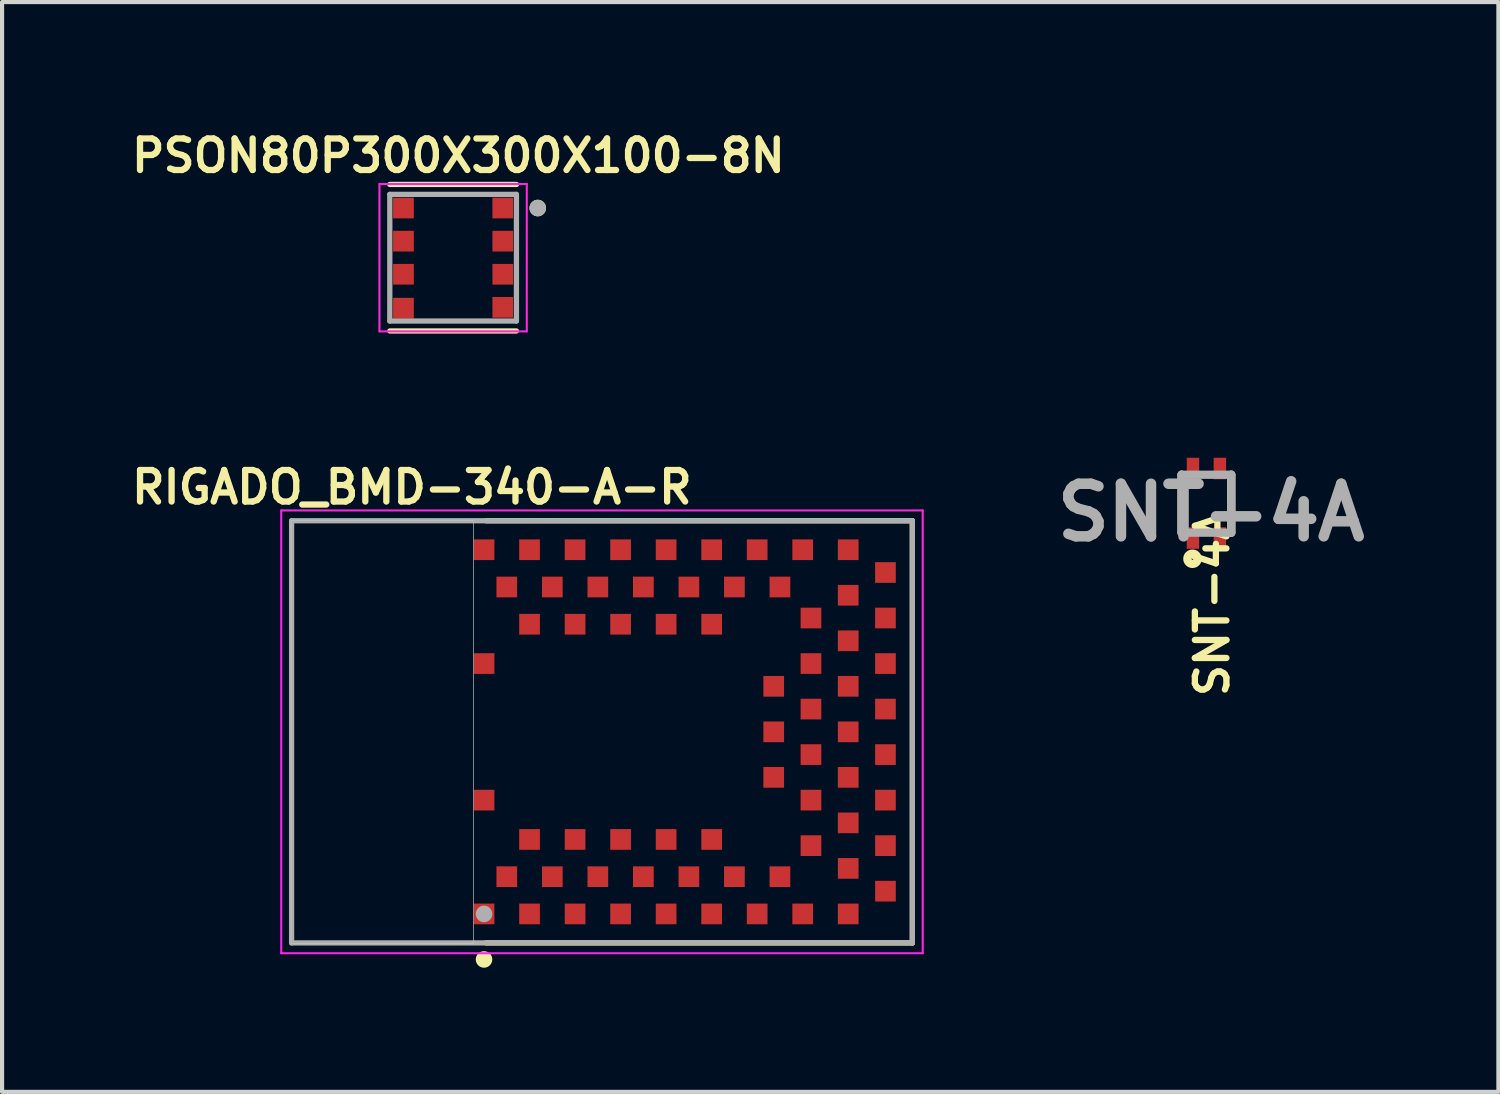
<source format=kicad_pcb>
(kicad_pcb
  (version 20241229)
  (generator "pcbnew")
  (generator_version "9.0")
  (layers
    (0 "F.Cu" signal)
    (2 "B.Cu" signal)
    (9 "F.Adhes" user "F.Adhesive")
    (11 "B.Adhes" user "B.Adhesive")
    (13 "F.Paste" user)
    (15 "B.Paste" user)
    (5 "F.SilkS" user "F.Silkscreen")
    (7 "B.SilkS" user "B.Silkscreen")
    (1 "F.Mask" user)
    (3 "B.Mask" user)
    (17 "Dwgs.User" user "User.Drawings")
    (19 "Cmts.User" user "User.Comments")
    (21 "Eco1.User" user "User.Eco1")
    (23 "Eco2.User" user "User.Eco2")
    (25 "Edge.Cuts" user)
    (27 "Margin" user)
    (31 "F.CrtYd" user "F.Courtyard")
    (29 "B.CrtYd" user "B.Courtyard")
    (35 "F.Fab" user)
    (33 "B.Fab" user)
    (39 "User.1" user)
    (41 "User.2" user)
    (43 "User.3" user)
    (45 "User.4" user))
  (footprint "PSON80P300X300X100-8N"
    (layer "F.Cu")
    (at 7.899 3.177)
    (property "Reference" "PSON80P300X300X100-8N" (at 0.127 -2.464 0) (layer "F.SilkS") (effects (font (size 0.762 0.762) (thickness 0.152))))
    (attr through_hole)
    (fp_line (start -1.53 1.77) (end 1.53 1.77) (stroke (width 0.127) (type solid)) (layer "F.SilkS"))
    (fp_line (start 1.53 -1.77) (end -1.53 -1.77) (stroke (width 0.127) (type solid)) (layer "F.SilkS"))
    (fp_circle (center 2.045 -1.2) (end 2.145 -1.2) (stroke (width 0.2) (type solid)) (fill no) (layer "F.SilkS"))
    (fp_line (start -1.78 -1.78) (end 1.78 -1.78) (stroke (width 0.05) (type solid)) (layer "F.CrtYd"))
    (fp_line (start -1.78 1.78) (end -1.78 -1.78) (stroke (width 0.05) (type solid)) (layer "F.CrtYd"))
    (fp_line (start 1.78 -1.78) (end 1.78 1.78) (stroke (width 0.05) (type solid)) (layer "F.CrtYd"))
    (fp_line (start 1.78 1.78) (end -1.78 1.78) (stroke (width 0.05) (type solid)) (layer "F.CrtYd"))
    (fp_line (start -1.53 -1.53) (end -1.53 1.53) (stroke (width 0.127) (type solid)) (layer "F.Fab"))
    (fp_line (start -1.53 1.53) (end 1.53 1.53) (stroke (width 0.127) (type solid)) (layer "F.Fab"))
    (fp_line (start 1.53 -1.53) (end -1.53 -1.53) (stroke (width 0.127) (type solid)) (layer "F.Fab"))
    (fp_line (start 1.53 1.53) (end 1.53 -1.53) (stroke (width 0.127) (type solid)) (layer "F.Fab"))
    (fp_circle (center 2.045 -1.2) (end 2.145 -1.2) (stroke (width 0.2) (type solid)) (fill no) (layer "F.Fab"))
    (pad "1" smd rect (at 1.2 -1.2) (size 0.5 0.5) (layers "F.Cu" "F.Mask" "F.Paste"))
    (pad "2" smd rect (at 1.2 -0.4) (size 0.5 0.5) (layers "F.Cu" "F.Mask" "F.Paste"))
    (pad "3" smd rect (at 1.2 0.4) (size 0.5 0.5) (layers "F.Cu" "F.Mask" "F.Paste"))
    (pad "4" smd rect (at 1.2 1.2) (size 0.5 0.5) (layers "F.Cu" "F.Mask" "F.Paste"))
    (pad "5" smd rect (at -1.2 1.22) (size 0.5 0.5) (layers "F.Cu" "F.Mask" "F.Paste"))
    (pad "6" smd rect (at -1.2 0.4) (size 0.5 0.5) (layers "F.Cu" "F.Mask" "F.Paste"))
    (pad "7" smd rect (at -1.2 -0.4) (size 0.5 0.5) (layers "F.Cu" "F.Mask" "F.Paste"))
    (pad "8" smd rect (at -1.2 -1.2) (size 0.5 0.5) (layers "F.Cu" "F.Mask" "F.Paste")))
  (footprint "SNT-4A"
    (layer "F.Cu")
    (at 26.102 9.121)
    (property "Reference" "SNT-4A" (at 0.138 2.422 270) (layer "F.SilkS") (effects (font (size 0.762 0.762) (thickness 0.152))))
    (attr smd)
    (fp_line (start -0.6 -0.7) (end -0.6 0.7) (stroke (width 0.2) (type solid)) (layer "F.SilkS"))
    (fp_line (start 0.6 0.7) (end 0.6 -0.7) (stroke (width 0.2) (type solid)) (layer "F.SilkS"))
    (fp_circle (center -0.337 1.331) (end -0.337 1.355) (stroke (width 0.2) (type solid)) (fill no) (layer "F.SilkS"))
    (fp_line (start -0.6 -0.7) (end 0.6 -0.7) (stroke (width 0.2) (type solid)) (layer "F.Fab"))
    (fp_line (start -0.6 0.7) (end -0.6 -0.7) (stroke (width 0.2) (type solid)) (layer "F.Fab"))
    (fp_line (start 0.6 -0.7) (end 0.6 0.7) (stroke (width 0.2) (type solid)) (layer "F.Fab"))
    (fp_line (start 0.6 0.7) (end -0.6 0.7) (stroke (width 0.2) (type solid)) (layer "F.Fab"))
    (fp_text user "${REFERENCE}" (at 0.112 0.214 0) (layer "F.Fab") (effects (font (size 1.27 1.27) (thickness 0.254))))
    (pad "1" smd rect (at -0.325 0.83) (size 0.3 0.52) (layers "F.Cu" "F.Mask" "F.Paste"))
    (pad "2" smd rect (at 0.325 0.83) (size 0.3 0.52) (layers "F.Cu" "F.Mask" "F.Paste"))
    (pad "3" smd rect (at 0.325 -0.85) (size 0.3 0.52) (layers "F.Cu" "F.Mask" "F.Paste"))
    (pad "4" smd rect (at -0.325 -0.85) (size 0.3 0.52) (layers "F.Cu" "F.Mask" "F.Paste")))
  (footprint "RIGADO_BMD-340-A-R"
    (layer "F.Cu")
    (at 11.496 14.634)
    (property "Reference" "RIGADO_BMD-340-A-R" (at -4.594 -5.91 180) (layer "F.SilkS") (effects (font (size 0.762 0.762) (thickness 0.152))))
    (attr through_hole)
    (fp_line (start -2.8 5.1) (end 7.5 5.1) (stroke (width 0.127) (type solid)) (layer "F.SilkS"))
    (fp_line (start 7.5 -5.1) (end -2.8 -5.1) (stroke (width 0.127) (type solid)) (layer "F.SilkS"))
    (fp_line (start 7.5 -5.1) (end 7.5 5.1) (stroke (width 0.127) (type solid)) (layer "F.SilkS"))
    (fp_circle (center -2.85 5.5) (end -2.75 5.5) (stroke (width 0.2) (type solid)) (fill no) (layer "F.SilkS"))
    (fp_poly (pts (xy -7.519 -5.1) (xy -3.1 -5.1) (xy -3.1 5.113) (xy -7.519 5.113)) (stroke (width 0.01) (type solid)) (fill no) (layer "Dwgs.User"))
    (fp_poly (pts (xy -7.512 -5.1) (xy -3.1 -5.1) (xy -3.1 5.108) (xy -7.512 5.108)) (stroke (width 0.01) (type solid)) (fill no) (layer "Dwgs.User"))
    (fp_line (start -7.75 -5.35) (end -7.75 5.35) (stroke (width 0.05) (type solid)) (layer "F.CrtYd"))
    (fp_line (start -7.75 5.35) (end 7.75 5.35) (stroke (width 0.05) (type solid)) (layer "F.CrtYd"))
    (fp_line (start 7.75 -5.35) (end -7.75 -5.35) (stroke (width 0.05) (type solid)) (layer "F.CrtYd"))
    (fp_line (start 7.75 5.35) (end 7.75 -5.35) (stroke (width 0.05) (type solid)) (layer "F.CrtYd"))
    (fp_line (start -7.5 -5.1) (end 7.5 -5.1) (stroke (width 0.127) (type solid)) (layer "F.Fab"))
    (fp_line (start -7.5 5.1) (end -7.5 -5.1) (stroke (width 0.127) (type solid)) (layer "F.Fab"))
    (fp_line (start 7.5 -5.1) (end 7.5 5.1) (stroke (width 0.127) (type solid)) (layer "F.Fab"))
    (fp_line (start 7.5 5.1) (end -7.5 5.1) (stroke (width 0.127) (type solid)) (layer "F.Fab"))
    (fp_circle (center -2.85 4.4) (end -2.75 4.4) (stroke (width 0.2) (type solid)) (fill no) (layer "F.Fab"))
    (pad "1" smd rect (at -2.85 4.4) (size 0.5 0.5) (layers "F.Cu" "F.Mask" "F.Paste"))
    (pad "2" smd rect (at -2.3 3.5) (size 0.5 0.5) (layers "F.Cu" "F.Mask" "F.Paste"))
    (pad "3" smd rect (at -1.75 4.4) (size 0.5 0.5) (layers "F.Cu" "F.Mask" "F.Paste"))
    (pad "4" smd rect (at -1.2 3.5) (size 0.5 0.5) (layers "F.Cu" "F.Mask" "F.Paste"))
    (pad "5" smd rect (at -0.65 4.4) (size 0.5 0.5) (layers "F.Cu" "F.Mask" "F.Paste"))
    (pad "6" smd rect (at -0.1 3.5) (size 0.5 0.5) (layers "F.Cu" "F.Mask" "F.Paste"))
    (pad "7" smd rect (at 0.45 4.4) (size 0.5 0.5) (layers "F.Cu" "F.Mask" "F.Paste"))
    (pad "8" smd rect (at 1 3.5) (size 0.5 0.5) (layers "F.Cu" "F.Mask" "F.Paste"))
    (pad "9" smd rect (at 1.55 4.4) (size 0.5 0.5) (layers "F.Cu" "F.Mask" "F.Paste"))
    (pad "10" smd rect (at 2.1 3.5) (size 0.5 0.5) (layers "F.Cu" "F.Mask" "F.Paste"))
    (pad "11" smd rect (at 2.65 4.4) (size 0.5 0.5) (layers "F.Cu" "F.Mask" "F.Paste"))
    (pad "12" smd rect (at 3.2 3.5) (size 0.5 0.5) (layers "F.Cu" "F.Mask" "F.Paste"))
    (pad "13" smd rect (at 3.75 4.4) (size 0.5 0.5) (layers "F.Cu" "F.Mask" "F.Paste"))
    (pad "14" smd rect (at 4.3 3.5) (size 0.5 0.5) (layers "F.Cu" "F.Mask" "F.Paste"))
    (pad "15" smd rect (at 4.85 4.4) (size 0.5 0.5) (layers "F.Cu" "F.Mask" "F.Paste"))
    (pad "16" smd rect (at 5.95 4.4) (size 0.5 0.5) (layers "F.Cu" "F.Mask" "F.Paste"))
    (pad "17" smd rect (at 5.95 3.3) (size 0.5 0.5) (layers "F.Cu" "F.Mask" "F.Paste"))
    (pad "18" smd rect (at 5.05 2.75) (size 0.5 0.5) (layers "F.Cu" "F.Mask" "F.Paste"))
    (pad "19" smd rect (at 5.95 2.2) (size 0.5 0.5) (layers "F.Cu" "F.Mask" "F.Paste"))
    (pad "20" smd rect (at 5.05 1.65) (size 0.5 0.5) (layers "F.Cu" "F.Mask" "F.Paste"))
    (pad "21" smd rect (at 5.95 1.1) (size 0.5 0.5) (layers "F.Cu" "F.Mask" "F.Paste"))
    (pad "22" smd rect (at 5.05 0.55) (size 0.5 0.5) (layers "F.Cu" "F.Mask" "F.Paste"))
    (pad "23" smd rect (at 5.95 0) (size 0.5 0.5) (layers "F.Cu" "F.Mask" "F.Paste"))
    (pad "24" smd rect (at 5.05 -0.55) (size 0.5 0.5) (layers "F.Cu" "F.Mask" "F.Paste"))
    (pad "25" smd rect (at 5.95 -1.1) (size 0.5 0.5) (layers "F.Cu" "F.Mask" "F.Paste"))
    (pad "26" smd rect (at 5.05 -1.65) (size 0.5 0.5) (layers "F.Cu" "F.Mask" "F.Paste"))
    (pad "27" smd rect (at 5.95 -2.2) (size 0.5 0.5) (layers "F.Cu" "F.Mask" "F.Paste"))
    (pad "28" smd rect (at 5.05 -2.75) (size 0.5 0.5) (layers "F.Cu" "F.Mask" "F.Paste"))
    (pad "29" smd rect (at 5.95 -3.3) (size 0.5 0.5) (layers "F.Cu" "F.Mask" "F.Paste"))
    (pad "30" smd rect (at 5.95 -4.4) (size 0.5 0.5) (layers "F.Cu" "F.Mask" "F.Paste"))
    (pad "31" smd rect (at 4.85 -4.4) (size 0.5 0.5) (layers "F.Cu" "F.Mask" "F.Paste"))
    (pad "32" smd rect (at 4.3 -3.5) (size 0.5 0.5) (layers "F.Cu" "F.Mask" "F.Paste"))
    (pad "33" smd rect (at 3.75 -4.4) (size 0.5 0.5) (layers "F.Cu" "F.Mask" "F.Paste"))
    (pad "34" smd rect (at 3.2 -3.5) (size 0.5 0.5) (layers "F.Cu" "F.Mask" "F.Paste"))
    (pad "35" smd rect (at 2.65 -4.4) (size 0.5 0.5) (layers "F.Cu" "F.Mask" "F.Paste"))
    (pad "36" smd rect (at 2.1 -3.5) (size 0.5 0.5) (layers "F.Cu" "F.Mask" "F.Paste"))
    (pad "37" smd rect (at 1.55 -4.4) (size 0.5 0.5) (layers "F.Cu" "F.Mask" "F.Paste"))
    (pad "38" smd rect (at 1 -3.5) (size 0.5 0.5) (layers "F.Cu" "F.Mask" "F.Paste"))
    (pad "39" smd rect (at 0.45 -4.4) (size 0.5 0.5) (layers "F.Cu" "F.Mask" "F.Paste"))
    (pad "40" smd rect (at -0.1 -3.5) (size 0.5 0.5) (layers "F.Cu" "F.Mask" "F.Paste"))
    (pad "41" smd rect (at -0.65 -4.4) (size 0.5 0.5) (layers "F.Cu" "F.Mask" "F.Paste"))
    (pad "42" smd rect (at -1.2 -3.5) (size 0.5 0.5) (layers "F.Cu" "F.Mask" "F.Paste"))
    (pad "43" smd rect (at -1.75 -4.4) (size 0.5 0.5) (layers "F.Cu" "F.Mask" "F.Paste"))
    (pad "44" smd rect (at -2.3 -3.5) (size 0.5 0.5) (layers "F.Cu" "F.Mask" "F.Paste"))
    (pad "45" smd rect (at -2.85 -4.4) (size 0.5 0.5) (layers "F.Cu" "F.Mask" "F.Paste"))
    (pad "46" smd rect (at -2.85 -1.65) (size 0.5 0.5) (layers "F.Cu" "F.Mask" "F.Paste"))
    (pad "47" smd rect (at -2.85 1.65) (size 0.5 0.5) (layers "F.Cu" "F.Mask" "F.Paste"))
    (pad "48" smd rect (at -1.75 2.6) (size 0.5 0.5) (layers "F.Cu" "F.Mask" "F.Paste"))
    (pad "49" smd rect (at -0.65 2.6) (size 0.5 0.5) (layers "F.Cu" "F.Mask" "F.Paste"))
    (pad "50" smd rect (at 0.45 2.6) (size 0.5 0.5) (layers "F.Cu" "F.Mask" "F.Paste"))
    (pad "51" smd rect (at 1.55 2.6) (size 0.5 0.5) (layers "F.Cu" "F.Mask" "F.Paste"))
    (pad "52" smd rect (at 2.65 2.6) (size 0.5 0.5) (layers "F.Cu" "F.Mask" "F.Paste"))
    (pad "53" smd rect (at 4.15 1.1) (size 0.5 0.5) (layers "F.Cu" "F.Mask" "F.Paste"))
    (pad "54" smd rect (at 4.15 0) (size 0.5 0.5) (layers "F.Cu" "F.Mask" "F.Paste"))
    (pad "55" smd rect (at 4.15 -1.1) (size 0.5 0.5) (layers "F.Cu" "F.Mask" "F.Paste"))
    (pad "56" smd rect (at 2.65 -2.6) (size 0.5 0.5) (layers "F.Cu" "F.Mask" "F.Paste"))
    (pad "57" smd rect (at 1.55 -2.6) (size 0.5 0.5) (layers "F.Cu" "F.Mask" "F.Paste"))
    (pad "58" smd rect (at 0.45 -2.6) (size 0.5 0.5) (layers "F.Cu" "F.Mask" "F.Paste"))
    (pad "59" smd rect (at -0.65 -2.6) (size 0.5 0.5) (layers "F.Cu" "F.Mask" "F.Paste"))
    (pad "60" smd rect (at -1.75 -2.6) (size 0.5 0.5) (layers "F.Cu" "F.Mask" "F.Paste"))
    (pad "61" smd rect (at 6.85 3.85) (size 0.5 0.5) (layers "F.Cu" "F.Mask" "F.Paste"))
    (pad "62" smd rect (at 6.85 2.75) (size 0.5 0.5) (layers "F.Cu" "F.Mask" "F.Paste"))
    (pad "63" smd rect (at 6.85 1.65) (size 0.5 0.5) (layers "F.Cu" "F.Mask" "F.Paste"))
    (pad "64" smd rect (at 6.85 0.55) (size 0.5 0.5) (layers "F.Cu" "F.Mask" "F.Paste"))
    (pad "65" smd rect (at 6.85 -0.55) (size 0.5 0.5) (layers "F.Cu" "F.Mask" "F.Paste"))
    (pad "66" smd rect (at 6.85 -1.65) (size 0.5 0.5) (layers "F.Cu" "F.Mask" "F.Paste"))
    (pad "67" smd rect (at 6.85 -2.75) (size 0.5 0.5) (layers "F.Cu" "F.Mask" "F.Paste"))
    (pad "68" smd rect (at 6.85 -3.85) (size 0.5 0.5) (layers "F.Cu" "F.Mask" "F.Paste")))
  (gr_rect
    (start -3 -3)
    (end 33.157 23.334)
    (stroke (width 0.1) (type default))
    (fill no)
    (layer "Edge.Cuts")))
</source>
